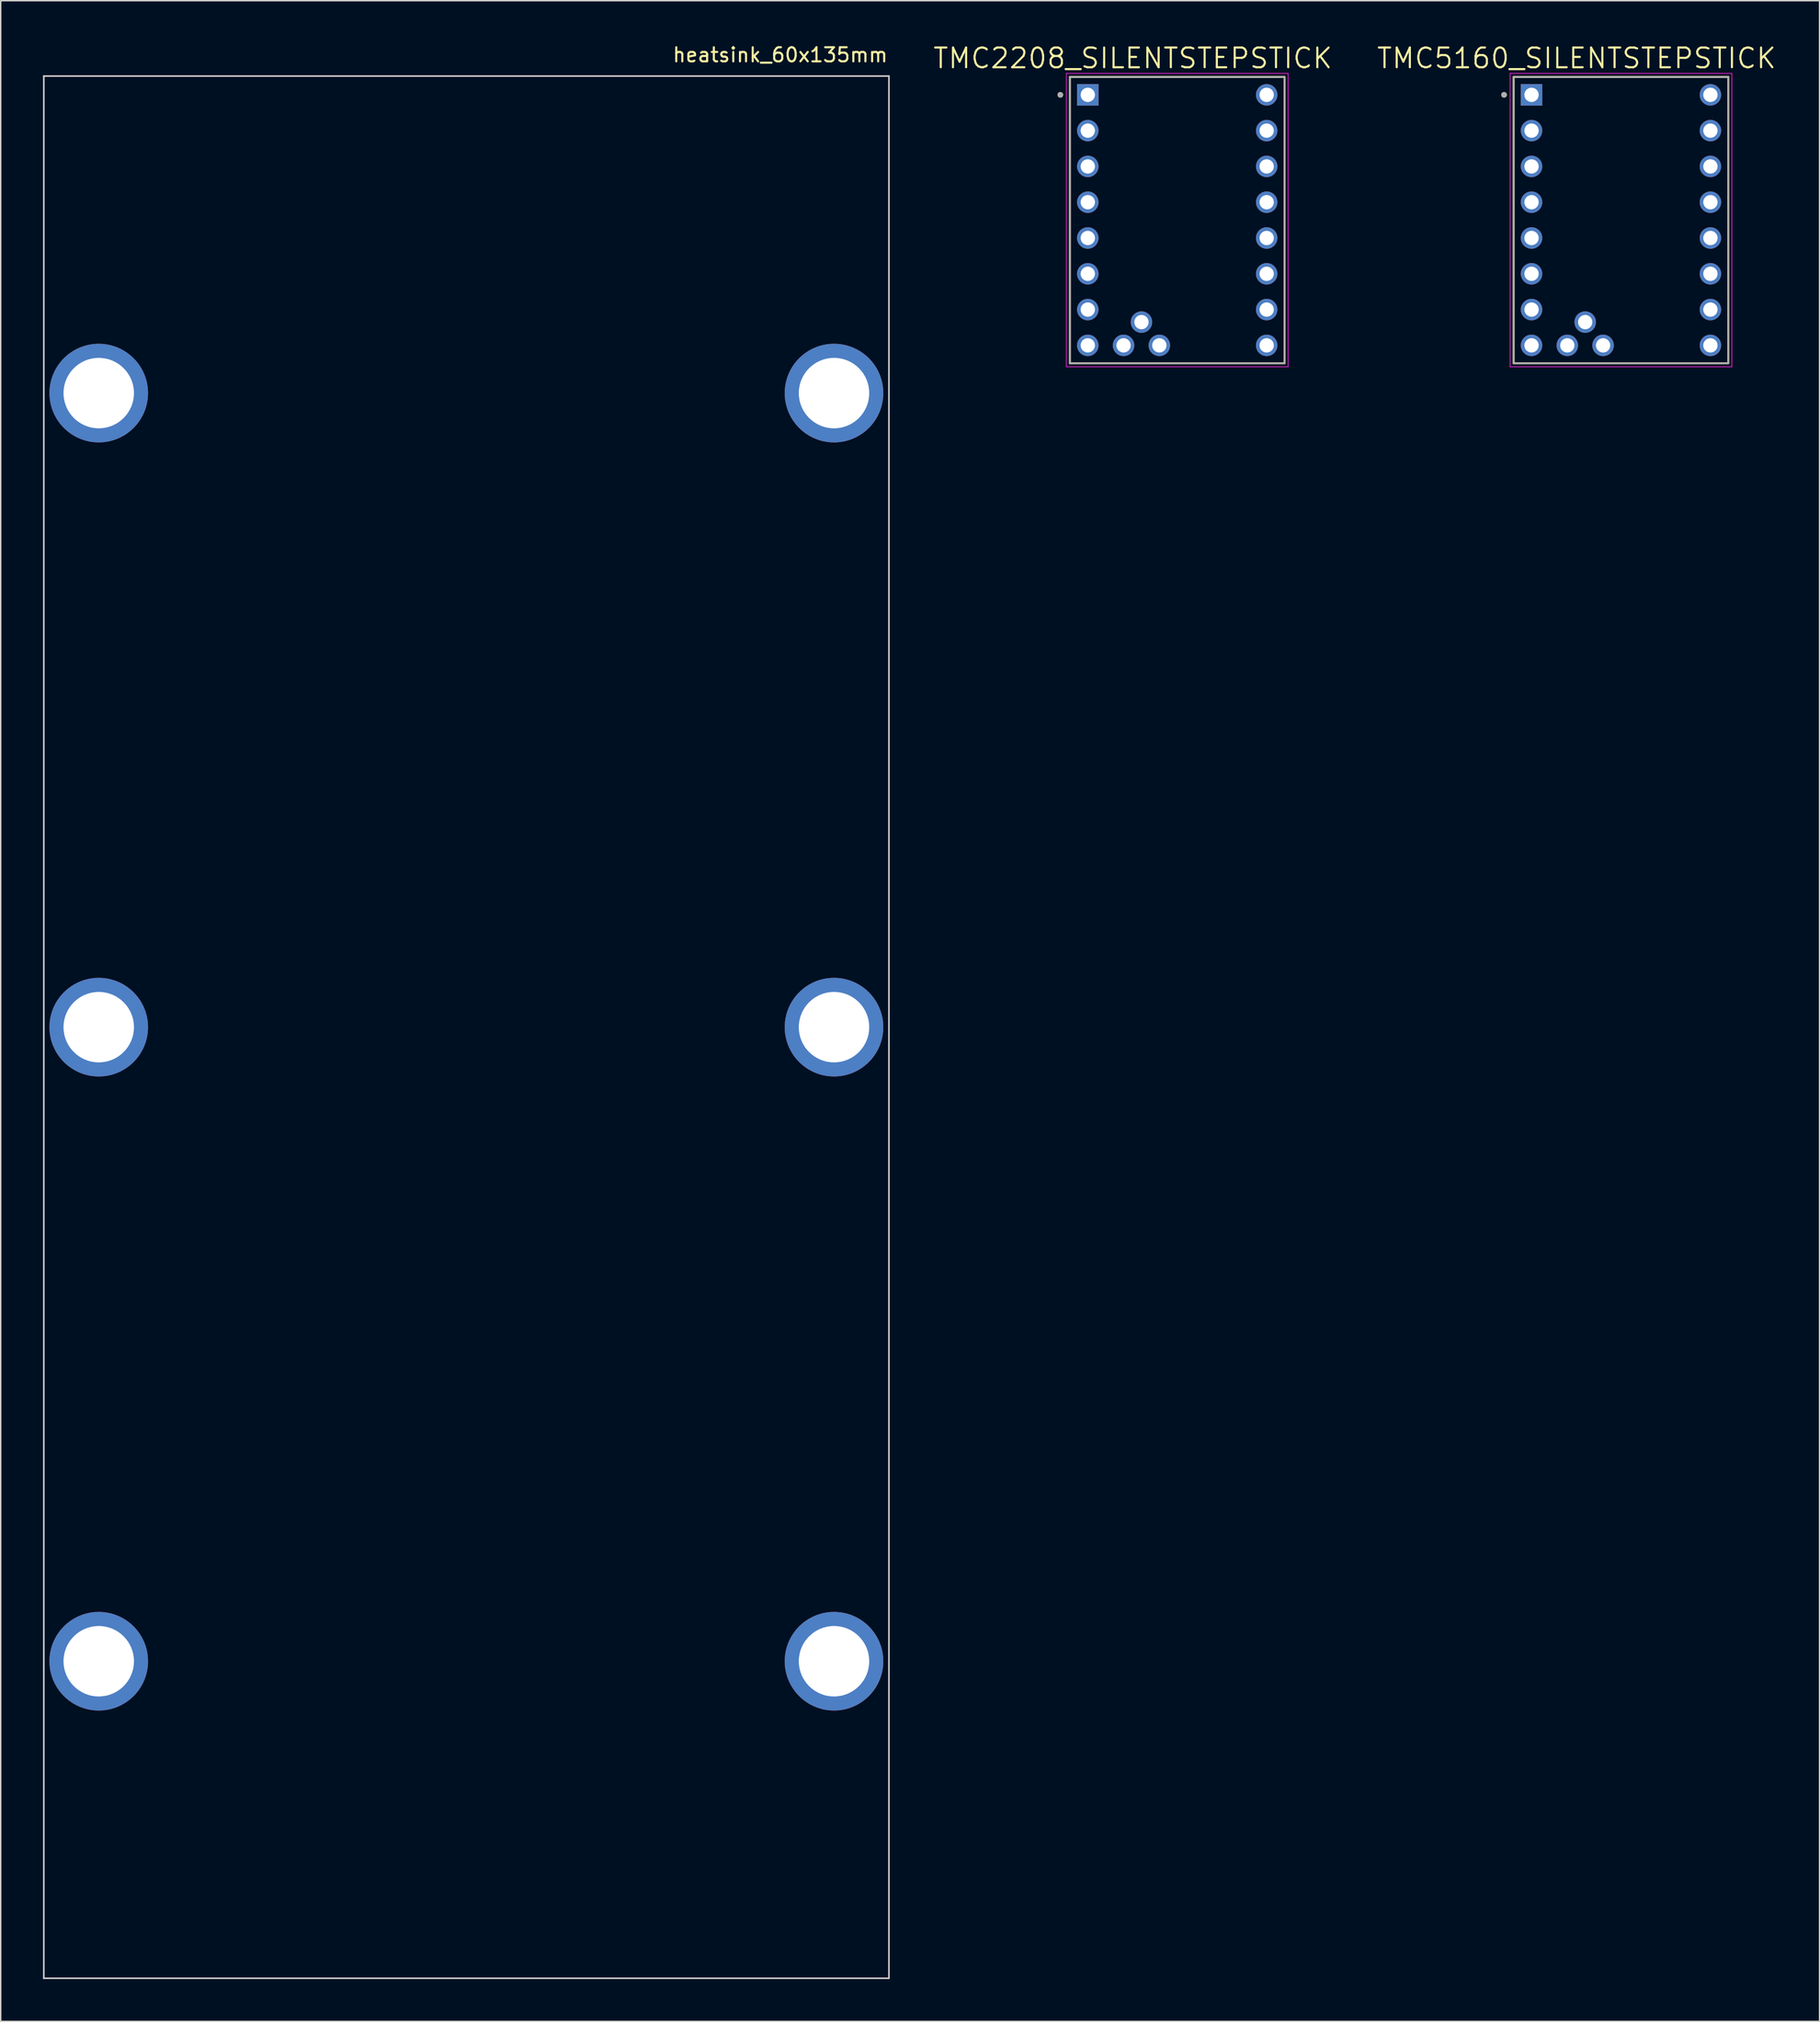
<source format=kicad_pcb>
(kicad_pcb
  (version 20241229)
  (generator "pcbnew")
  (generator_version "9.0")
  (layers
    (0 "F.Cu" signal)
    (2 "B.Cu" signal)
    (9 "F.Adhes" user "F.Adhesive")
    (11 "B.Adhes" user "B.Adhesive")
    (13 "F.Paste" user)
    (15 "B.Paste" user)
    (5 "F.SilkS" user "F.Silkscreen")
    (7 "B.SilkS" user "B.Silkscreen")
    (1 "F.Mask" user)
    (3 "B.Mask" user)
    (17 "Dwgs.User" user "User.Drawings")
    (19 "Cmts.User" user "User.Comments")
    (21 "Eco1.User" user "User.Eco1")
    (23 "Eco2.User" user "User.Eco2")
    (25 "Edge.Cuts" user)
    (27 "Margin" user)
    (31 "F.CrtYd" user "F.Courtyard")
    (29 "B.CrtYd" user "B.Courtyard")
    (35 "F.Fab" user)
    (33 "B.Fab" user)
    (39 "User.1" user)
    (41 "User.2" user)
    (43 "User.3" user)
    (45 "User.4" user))
  (footprint "heatsink_60x135mm"
    (layer "F.Cu")
    (at 30.06 69.848)
    (property "Reference" "heatsink_60x135mm" (at 30 -69 0) (layer "F.SilkS") (effects (font (size 1 1) (thickness 0.15)) (justify right)))
    (attr through_hole)
    (fp_line (start -30 -67.5) (end -30 67.5) (stroke (width 0.12) (type solid)) (layer "Dwgs.User"))
    (fp_line (start -30 67.5) (end 30 67.5) (stroke (width 0.12) (type solid)) (layer "Dwgs.User"))
    (fp_line (start 30 -67.5) (end -30 -67.5) (stroke (width 0.12) (type solid)) (layer "Dwgs.User"))
    (fp_line (start 30 67.5) (end 30 -67.5) (stroke (width 0.12) (type solid)) (layer "Dwgs.User"))
    (pad "1" thru_hole circle (at -26.1 -45) (size 7 7) (drill 5) (layers "*.Cu"))
    (pad "2" thru_hole circle (at -26.1 0) (size 7 7) (drill 5) (layers "*.Cu"))
    (pad "3" thru_hole circle (at -26.1 45) (size 7 7) (drill 5) (layers "*.Cu"))
    (pad "4" thru_hole circle (at 26.1 45) (size 7 7) (drill 5) (layers "*.Cu"))
    (pad "5" thru_hole circle (at 26.1 0) (size 7 7) (drill 5) (layers "*.Cu"))
    (pad "6" thru_hole circle (at 26.1 -45) (size 7 7) (drill 5) (layers "*.Cu")))
  (footprint "TMC2208_SILENTSTEPSTICK"
    (layer "F.Cu")
    (at 80.527 12.571)
    (property "Reference" "TMC2208_SILENTSTEPSTICK" (at -3.155 -11.489 0) (layer "F.SilkS") (effects (font (size 1.4 1.4) (thickness 0.15))))
    (attr through_hole)
    (fp_line (start -7.62 -10.16) (end -7.62 10.16) (stroke (width 0.127) (type solid)) (layer "F.SilkS"))
    (fp_line (start -7.62 10.16) (end 7.62 10.16) (stroke (width 0.127) (type solid)) (layer "F.SilkS"))
    (fp_line (start 7.62 -10.16) (end -7.62 -10.16) (stroke (width 0.127) (type solid)) (layer "F.SilkS"))
    (fp_line (start 7.62 10.16) (end 7.62 -10.16) (stroke (width 0.127) (type solid)) (layer "F.SilkS"))
    (fp_circle (center -8.3 -8.89) (end -8.2 -8.89) (stroke (width 0.2) (type solid)) (fill no) (layer "F.SilkS"))
    (fp_line (start -7.87 -10.41) (end -7.87 10.41) (stroke (width 0.05) (type solid)) (layer "F.CrtYd"))
    (fp_line (start -7.87 -10.41) (end 7.87 -10.41) (stroke (width 0.05) (type solid)) (layer "F.CrtYd"))
    (fp_line (start -7.87 10.41) (end 7.87 10.41) (stroke (width 0.05) (type solid)) (layer "F.CrtYd"))
    (fp_line (start 7.87 -10.41) (end 7.87 10.41) (stroke (width 0.05) (type solid)) (layer "F.CrtYd"))
    (fp_line (start -7.62 -10.16) (end -7.62 10.16) (stroke (width 0.127) (type solid)) (layer "F.Fab"))
    (fp_line (start -7.62 10.16) (end 7.62 10.16) (stroke (width 0.127) (type solid)) (layer "F.Fab"))
    (fp_line (start 7.62 -10.16) (end -7.62 -10.16) (stroke (width 0.127) (type solid)) (layer "F.Fab"))
    (fp_line (start 7.62 10.16) (end 7.62 -10.16) (stroke (width 0.127) (type solid)) (layer "F.Fab"))
    (fp_circle (center -8.3 -8.89) (end -8.2 -8.89) (stroke (width 0.2) (type solid)) (fill no) (layer "F.Fab"))
    (pad "JP1_1" thru_hole rect (at -6.35 -8.89) (size 1.524 1.524) (drill 1.016) (layers "*.Cu" "*.Mask"))
    (pad "JP1_2" thru_hole circle (at -6.35 -6.35) (size 1.524 1.524) (drill 1.016) (layers "*.Cu" "*.Mask"))
    (pad "JP1_3" thru_hole circle (at -6.35 -3.81) (size 1.524 1.524) (drill 1.016) (layers "*.Cu" "*.Mask"))
    (pad "JP1_4" thru_hole circle (at -6.35 -1.27) (size 1.524 1.524) (drill 1.016) (layers "*.Cu" "*.Mask"))
    (pad "JP1_5" thru_hole circle (at -6.35 1.27) (size 1.524 1.524) (drill 1.016) (layers "*.Cu" "*.Mask"))
    (pad "JP1_6" thru_hole circle (at -6.35 3.81) (size 1.524 1.524) (drill 1.016) (layers "*.Cu" "*.Mask"))
    (pad "JP1_7" thru_hole circle (at -6.35 6.35) (size 1.524 1.524) (drill 1.016) (layers "*.Cu" "*.Mask"))
    (pad "JP1_8" thru_hole circle (at -6.35 8.89) (size 1.524 1.524) (drill 1.016) (layers "*.Cu" "*.Mask"))
    (pad "JP2_1" thru_hole circle (at 6.35 8.89) (size 1.524 1.524) (drill 1.016) (layers "*.Cu" "*.Mask"))
    (pad "JP2_2" thru_hole circle (at 6.35 6.35) (size 1.524 1.524) (drill 1.016) (layers "*.Cu" "*.Mask"))
    (pad "JP2_3" thru_hole circle (at 6.35 3.81) (size 1.524 1.524) (drill 1.016) (layers "*.Cu" "*.Mask"))
    (pad "JP2_4" thru_hole circle (at 6.35 1.27) (size 1.524 1.524) (drill 1.016) (layers "*.Cu" "*.Mask"))
    (pad "JP2_5" thru_hole circle (at 6.35 -1.27) (size 1.524 1.524) (drill 1.016) (layers "*.Cu" "*.Mask"))
    (pad "JP2_6" thru_hole circle (at 6.35 -3.81) (size 1.524 1.524) (drill 1.016) (layers "*.Cu" "*.Mask"))
    (pad "JP2_7" thru_hole circle (at 6.35 -6.35) (size 1.524 1.524) (drill 1.016) (layers "*.Cu" "*.Mask"))
    (pad "JP2_8" thru_hole circle (at 6.35 -8.89) (size 1.524 1.524) (drill 1.016) (layers "*.Cu" "*.Mask"))
    (pad "JP3_1" thru_hole circle (at -2.54 7.239) (size 1.524 1.524) (drill 1.016) (layers "*.Cu" "*.Mask"))
    (pad "JP4_1" thru_hole circle (at -1.27 8.89) (size 1.524 1.524) (drill 1.016) (layers "*.Cu" "*.Mask"))
    (pad "JP5_1" thru_hole circle (at -3.81 8.89) (size 1.524 1.524) (drill 1.016) (layers "*.Cu" "*.Mask")))
  (footprint "TMC5160_SILENTSTEPSTICK"
    (layer "F.Cu")
    (at 112.03 12.571)
    (property "Reference" "TMC5160_SILENTSTEPSTICK" (at -3.155 -11.489 0) (layer "F.SilkS") (effects (font (size 1.4 1.4) (thickness 0.15))))
    (attr through_hole)
    (fp_line (start -7.62 -10.16) (end -7.62 10.16) (stroke (width 0.127) (type solid)) (layer "F.SilkS"))
    (fp_line (start -7.62 10.16) (end 7.62 10.16) (stroke (width 0.127) (type solid)) (layer "F.SilkS"))
    (fp_line (start 7.62 -10.16) (end -7.62 -10.16) (stroke (width 0.127) (type solid)) (layer "F.SilkS"))
    (fp_line (start 7.62 10.16) (end 7.62 -10.16) (stroke (width 0.127) (type solid)) (layer "F.SilkS"))
    (fp_circle (center -8.3 -8.89) (end -8.2 -8.89) (stroke (width 0.2) (type solid)) (fill no) (layer "F.SilkS"))
    (fp_line (start -7.87 -10.41) (end -7.87 10.41) (stroke (width 0.05) (type solid)) (layer "F.CrtYd"))
    (fp_line (start -7.87 -10.41) (end 7.87 -10.41) (stroke (width 0.05) (type solid)) (layer "F.CrtYd"))
    (fp_line (start -7.87 10.41) (end 7.87 10.41) (stroke (width 0.05) (type solid)) (layer "F.CrtYd"))
    (fp_line (start 7.87 -10.41) (end 7.87 10.41) (stroke (width 0.05) (type solid)) (layer "F.CrtYd"))
    (fp_line (start -7.62 -10.16) (end -7.62 10.16) (stroke (width 0.127) (type solid)) (layer "F.Fab"))
    (fp_line (start -7.62 10.16) (end 7.62 10.16) (stroke (width 0.127) (type solid)) (layer "F.Fab"))
    (fp_line (start 7.62 -10.16) (end -7.62 -10.16) (stroke (width 0.127) (type solid)) (layer "F.Fab"))
    (fp_line (start 7.62 10.16) (end 7.62 -10.16) (stroke (width 0.127) (type solid)) (layer "F.Fab"))
    (fp_circle (center -8.3 -8.89) (end -8.2 -8.89) (stroke (width 0.2) (type solid)) (fill no) (layer "F.Fab"))
    (pad "JP1_1" thru_hole rect (at -6.35 -8.89) (size 1.524 1.524) (drill 1.016) (layers "*.Cu" "*.Mask"))
    (pad "JP1_2" thru_hole circle (at -6.35 -6.35) (size 1.524 1.524) (drill 1.016) (layers "*.Cu" "*.Mask"))
    (pad "JP1_3" thru_hole circle (at -6.35 -3.81) (size 1.524 1.524) (drill 1.016) (layers "*.Cu" "*.Mask"))
    (pad "JP1_4" thru_hole circle (at -6.35 -1.27) (size 1.524 1.524) (drill 1.016) (layers "*.Cu" "*.Mask"))
    (pad "JP1_5" thru_hole circle (at -6.35 1.27) (size 1.524 1.524) (drill 1.016) (layers "*.Cu" "*.Mask"))
    (pad "JP1_6" thru_hole circle (at -6.35 3.81) (size 1.524 1.524) (drill 1.016) (layers "*.Cu" "*.Mask"))
    (pad "JP1_7" thru_hole circle (at -6.35 6.35) (size 1.524 1.524) (drill 1.016) (layers "*.Cu" "*.Mask"))
    (pad "JP1_8" thru_hole circle (at -6.35 8.89) (size 1.524 1.524) (drill 1.016) (layers "*.Cu" "*.Mask"))
    (pad "JP2_1" thru_hole circle (at 6.35 8.89) (size 1.524 1.524) (drill 1.016) (layers "*.Cu" "*.Mask"))
    (pad "JP2_2" thru_hole circle (at 6.35 6.35) (size 1.524 1.524) (drill 1.016) (layers "*.Cu" "*.Mask"))
    (pad "JP2_3" thru_hole circle (at 6.35 3.81) (size 1.524 1.524) (drill 1.016) (layers "*.Cu" "*.Mask"))
    (pad "JP2_4" thru_hole circle (at 6.35 1.27) (size 1.524 1.524) (drill 1.016) (layers "*.Cu" "*.Mask"))
    (pad "JP2_5" thru_hole circle (at 6.35 -1.27) (size 1.524 1.524) (drill 1.016) (layers "*.Cu" "*.Mask"))
    (pad "JP2_6" thru_hole circle (at 6.35 -3.81) (size 1.524 1.524) (drill 1.016) (layers "*.Cu" "*.Mask"))
    (pad "JP2_7" thru_hole circle (at 6.35 -6.35) (size 1.524 1.524) (drill 1.016) (layers "*.Cu" "*.Mask"))
    (pad "JP2_8" thru_hole circle (at 6.35 -8.89) (size 1.524 1.524) (drill 1.016) (layers "*.Cu" "*.Mask"))
    (pad "JP3_1" thru_hole circle (at -2.54 7.239) (size 1.524 1.524) (drill 1.016) (layers "*.Cu" "*.Mask"))
    (pad "JP4_1" thru_hole circle (at -1.27 8.89) (size 1.524 1.524) (drill 1.016) (layers "*.Cu" "*.Mask"))
    (pad "JP5_1" thru_hole circle (at -3.81 8.89) (size 1.524 1.524) (drill 1.016) (layers "*.Cu" "*.Mask")))
  (gr_rect
    (start -3 -3)
    (end 126.127 140.408)
    (stroke (width 0.1) (type default))
    (fill no)
    (layer "Edge.Cuts")))
</source>
